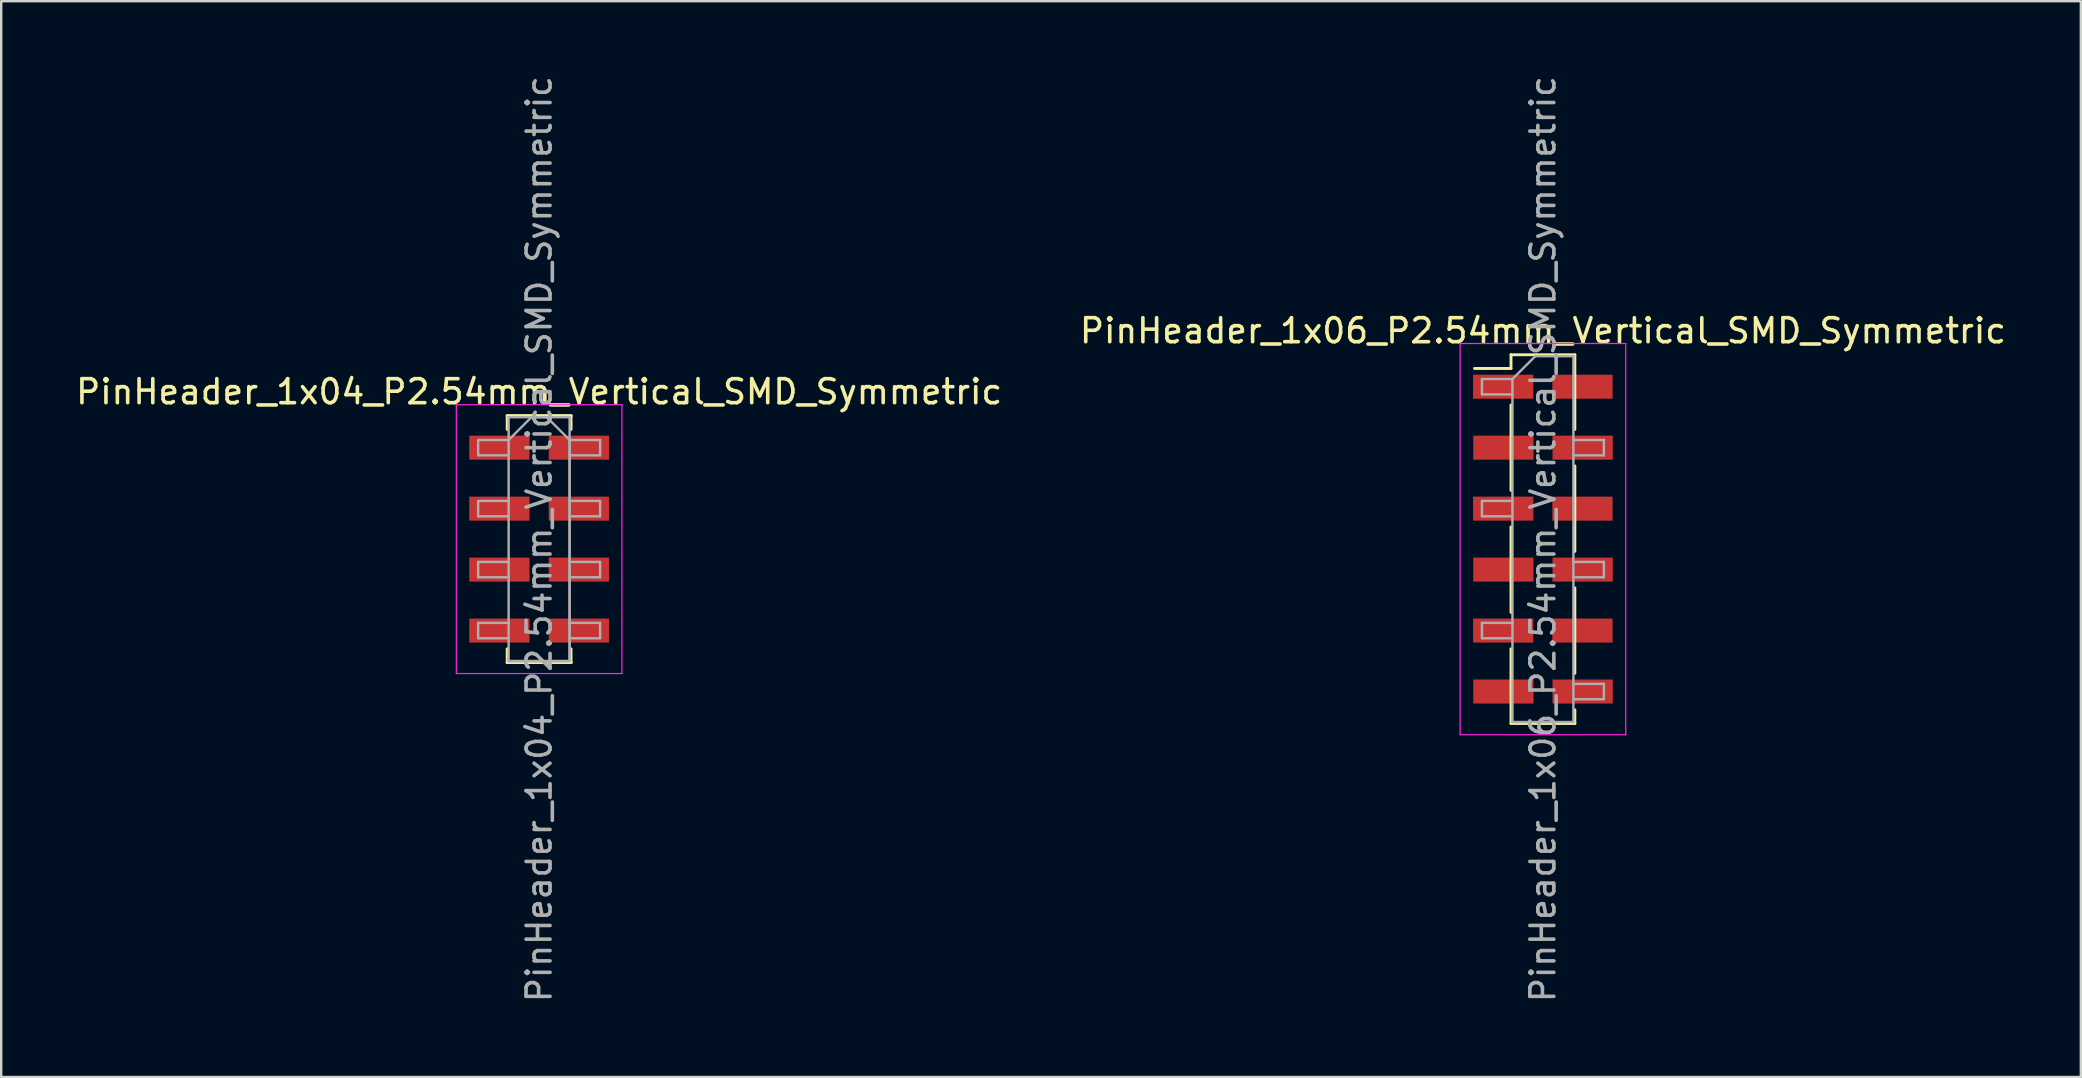
<source format=kicad_pcb>
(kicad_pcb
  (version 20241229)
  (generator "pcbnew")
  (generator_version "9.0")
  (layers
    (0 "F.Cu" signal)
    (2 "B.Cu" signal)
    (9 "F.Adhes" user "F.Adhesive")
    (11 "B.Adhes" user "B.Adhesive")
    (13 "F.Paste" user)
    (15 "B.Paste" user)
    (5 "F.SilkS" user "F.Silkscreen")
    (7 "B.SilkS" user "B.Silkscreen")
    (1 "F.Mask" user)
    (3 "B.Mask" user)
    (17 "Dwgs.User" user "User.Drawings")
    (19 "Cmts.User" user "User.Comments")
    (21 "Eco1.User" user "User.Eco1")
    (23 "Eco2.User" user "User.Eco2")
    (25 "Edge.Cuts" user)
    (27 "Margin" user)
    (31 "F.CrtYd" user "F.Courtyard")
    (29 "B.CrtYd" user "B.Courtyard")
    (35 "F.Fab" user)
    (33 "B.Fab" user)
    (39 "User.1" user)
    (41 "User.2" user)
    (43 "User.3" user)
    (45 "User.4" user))
  (footprint "PinHeader_1x04_P2.54mm_Vertical_SMD_Symmetric"
    (layer "F.Cu")
    (at 19.411 19.411)
    (property "Reference" "PinHeader_1x04_P2.54mm_Vertical_SMD_Symmetric" (at 0 -6.14 0) (layer "F.SilkS") (effects (font (size 1 1) (thickness 0.15))))
    (attr smd)
    (fp_line (start -1.33 -5.14) (end -1.33 -4.57) (stroke (width 0.12) (type solid)) (layer "F.SilkS"))
    (fp_line (start -1.33 -5.14) (end 1.33 -5.14) (stroke (width 0.12) (type solid)) (layer "F.SilkS"))
    (fp_line (start -1.33 -5.14) (end 1.33 -5.14) (stroke (width 0.12) (type solid)) (layer "F.SilkS"))
    (fp_line (start -1.33 4.57) (end -1.33 5.14) (stroke (width 0.12) (type solid)) (layer "F.SilkS"))
    (fp_line (start -1.33 5.14) (end 1.33 5.14) (stroke (width 0.12) (type solid)) (layer "F.SilkS"))
    (fp_line (start -1.33 5.14) (end 1.33 5.14) (stroke (width 0.12) (type solid)) (layer "F.SilkS"))
    (fp_line (start 1.33 -5.14) (end 1.33 -4.57) (stroke (width 0.12) (type solid)) (layer "F.SilkS"))
    (fp_line (start 1.33 4.57) (end 1.33 5.14) (stroke (width 0.12) (type solid)) (layer "F.SilkS"))
    (fp_line (start -3.45 -5.6) (end -3.45 5.6) (stroke (width 0.05) (type solid)) (layer "F.CrtYd"))
    (fp_line (start -3.45 5.6) (end 3.45 5.6) (stroke (width 0.05) (type solid)) (layer "F.CrtYd"))
    (fp_line (start 3.45 -5.6) (end -3.45 -5.6) (stroke (width 0.05) (type solid)) (layer "F.CrtYd"))
    (fp_line (start 3.45 5.6) (end 3.45 -5.6) (stroke (width 0.05) (type solid)) (layer "F.CrtYd"))
    (fp_line (start -2.54 -4.13) (end -2.54 -3.49) (stroke (width 0.1) (type solid)) (layer "F.Fab"))
    (fp_line (start -2.54 -3.49) (end -1.27 -3.49) (stroke (width 0.1) (type solid)) (layer "F.Fab"))
    (fp_line (start -2.54 -1.59) (end -2.54 -0.95) (stroke (width 0.1) (type solid)) (layer "F.Fab"))
    (fp_line (start -2.54 -0.95) (end -1.27 -0.95) (stroke (width 0.1) (type solid)) (layer "F.Fab"))
    (fp_line (start -2.54 0.95) (end -2.54 1.59) (stroke (width 0.1) (type solid)) (layer "F.Fab"))
    (fp_line (start -2.54 1.59) (end -1.27 1.59) (stroke (width 0.1) (type solid)) (layer "F.Fab"))
    (fp_line (start -2.54 3.49) (end -2.54 4.13) (stroke (width 0.1) (type solid)) (layer "F.Fab"))
    (fp_line (start -2.54 4.13) (end -1.27 4.13) (stroke (width 0.1) (type solid)) (layer "F.Fab"))
    (fp_line (start -1.27 -5.08) (end -1.27 5.08) (stroke (width 0.1) (type solid)) (layer "F.Fab"))
    (fp_line (start -1.27 -5.08) (end 0.32 -5.08) (stroke (width 0.1) (type solid)) (layer "F.Fab"))
    (fp_line (start -1.27 -4.13) (end -2.54 -4.13) (stroke (width 0.1) (type solid)) (layer "F.Fab"))
    (fp_line (start -1.27 -4.13) (end -0.32 -5.08) (stroke (width 0.1) (type solid)) (layer "F.Fab"))
    (fp_line (start -1.27 -1.59) (end -2.54 -1.59) (stroke (width 0.1) (type solid)) (layer "F.Fab"))
    (fp_line (start -1.27 0.95) (end -2.54 0.95) (stroke (width 0.1) (type solid)) (layer "F.Fab"))
    (fp_line (start -1.27 3.49) (end -2.54 3.49) (stroke (width 0.1) (type solid)) (layer "F.Fab"))
    (fp_line (start -0.32 -5.08) (end 1.27 -5.08) (stroke (width 0.1) (type solid)) (layer "F.Fab"))
    (fp_line (start 1.27 -5.08) (end 1.27 5.08) (stroke (width 0.1) (type solid)) (layer "F.Fab"))
    (fp_line (start 1.27 -4.13) (end 0.32 -5.08) (stroke (width 0.1) (type solid)) (layer "F.Fab"))
    (fp_line (start 1.27 -4.13) (end 2.54 -4.13) (stroke (width 0.1) (type solid)) (layer "F.Fab"))
    (fp_line (start 1.27 -1.59) (end 2.54 -1.59) (stroke (width 0.1) (type solid)) (layer "F.Fab"))
    (fp_line (start 1.27 0.95) (end 2.54 0.95) (stroke (width 0.1) (type solid)) (layer "F.Fab"))
    (fp_line (start 1.27 3.49) (end 2.54 3.49) (stroke (width 0.1) (type solid)) (layer "F.Fab"))
    (fp_line (start 1.27 5.08) (end -1.27 5.08) (stroke (width 0.1) (type solid)) (layer "F.Fab"))
    (fp_line (start 1.27 5.08) (end -1.27 5.08) (stroke (width 0.1) (type solid)) (layer "F.Fab"))
    (fp_line (start 1.27 5.08) (end 1.27 -4.13) (stroke (width 0.1) (type solid)) (layer "F.Fab"))
    (fp_line (start 2.54 -4.13) (end 2.54 -3.49) (stroke (width 0.1) (type solid)) (layer "F.Fab"))
    (fp_line (start 2.54 -3.49) (end 1.27 -3.49) (stroke (width 0.1) (type solid)) (layer "F.Fab"))
    (fp_line (start 2.54 -1.59) (end 2.54 -0.95) (stroke (width 0.1) (type solid)) (layer "F.Fab"))
    (fp_line (start 2.54 -0.95) (end 1.27 -0.95) (stroke (width 0.1) (type solid)) (layer "F.Fab"))
    (fp_line (start 2.54 0.95) (end 2.54 1.59) (stroke (width 0.1) (type solid)) (layer "F.Fab"))
    (fp_line (start 2.54 1.59) (end 1.27 1.59) (stroke (width 0.1) (type solid)) (layer "F.Fab"))
    (fp_line (start 2.54 3.49) (end 2.54 4.13) (stroke (width 0.1) (type solid)) (layer "F.Fab"))
    (fp_line (start 2.54 4.13) (end 1.27 4.13) (stroke (width 0.1) (type solid)) (layer "F.Fab"))
    (fp_text user "${REFERENCE}" (at 0 0 90) (layer "F.Fab") (effects (font (size 1 1) (thickness 0.15))))
    (pad "1" smd rect (at -1.655 -3.81) (size 2.51 1) (layers "F.Cu" "F.Mask" "F.Paste"))
    (pad "1" smd rect (at 1.655 -3.81) (size 2.51 1) (layers "F.Cu" "F.Mask" "F.Paste"))
    (pad "2" smd rect (at -1.655 -1.27) (size 2.51 1) (layers "F.Cu" "F.Mask" "F.Paste"))
    (pad "2" smd rect (at 1.655 -1.27) (size 2.51 1) (layers "F.Cu" "F.Mask" "F.Paste"))
    (pad "3" smd rect (at -1.655 1.27) (size 2.51 1) (layers "F.Cu" "F.Mask" "F.Paste"))
    (pad "3" smd rect (at 1.655 1.27) (size 2.51 1) (layers "F.Cu" "F.Mask" "F.Paste"))
    (pad "4" smd rect (at -1.655 3.81) (size 2.51 1) (layers "F.Cu" "F.Mask" "F.Paste"))
    (pad "4" smd rect (at 1.655 3.81) (size 2.51 1) (layers "F.Cu" "F.Mask" "F.Paste")))
  (footprint "PinHeader_1x06_P2.54mm_Vertical_SMD_Symmetric"
    (layer "F.Cu")
    (at 61.232 19.411)
    (property "Reference" "PinHeader_1x06_P2.54mm_Vertical_SMD_Symmetric" (at 0 -8.68 0) (layer "F.SilkS") (effects (font (size 1 1) (thickness 0.15))))
    (attr smd)
    (fp_line (start -1.33 -7.68) (end -1.33 -7.11) (stroke (width 0.12) (type solid)) (layer "F.SilkS"))
    (fp_line (start -1.33 -7.68) (end 1.33 -7.68) (stroke (width 0.12) (type solid)) (layer "F.SilkS"))
    (fp_line (start -1.33 -7.11) (end -2.85 -7.11) (stroke (width 0.12) (type solid)) (layer "F.SilkS"))
    (fp_line (start -1.33 -5.59) (end -1.33 -2.03) (stroke (width 0.12) (type solid)) (layer "F.SilkS"))
    (fp_line (start -1.33 -0.51) (end -1.33 3.05) (stroke (width 0.12) (type solid)) (layer "F.SilkS"))
    (fp_line (start -1.33 4.57) (end -1.33 7.68) (stroke (width 0.12) (type solid)) (layer "F.SilkS"))
    (fp_line (start -1.33 7.68) (end 1.33 7.68) (stroke (width 0.12) (type solid)) (layer "F.SilkS"))
    (fp_line (start 1.33 -7.68) (end 1.33 -4.57) (stroke (width 0.12) (type solid)) (layer "F.SilkS"))
    (fp_line (start 1.33 -3.05) (end 1.33 0.51) (stroke (width 0.12) (type solid)) (layer "F.SilkS"))
    (fp_line (start 1.33 2.03) (end 1.33 5.59) (stroke (width 0.12) (type solid)) (layer "F.SilkS"))
    (fp_line (start 1.33 7.11) (end 1.33 7.68) (stroke (width 0.12) (type solid)) (layer "F.SilkS"))
    (fp_line (start -3.45 -8.15) (end -3.45 8.15) (stroke (width 0.05) (type solid)) (layer "F.CrtYd"))
    (fp_line (start -3.45 8.15) (end 3.45 8.15) (stroke (width 0.05) (type solid)) (layer "F.CrtYd"))
    (fp_line (start 3.45 -8.15) (end -3.45 -8.15) (stroke (width 0.05) (type solid)) (layer "F.CrtYd"))
    (fp_line (start 3.45 8.15) (end 3.45 -8.15) (stroke (width 0.05) (type solid)) (layer "F.CrtYd"))
    (fp_line (start -2.54 -6.67) (end -2.54 -6.03) (stroke (width 0.1) (type solid)) (layer "F.Fab"))
    (fp_line (start -2.54 -6.03) (end -1.27 -6.03) (stroke (width 0.1) (type solid)) (layer "F.Fab"))
    (fp_line (start -2.54 -1.59) (end -2.54 -0.95) (stroke (width 0.1) (type solid)) (layer "F.Fab"))
    (fp_line (start -2.54 -0.95) (end -1.27 -0.95) (stroke (width 0.1) (type solid)) (layer "F.Fab"))
    (fp_line (start -2.54 3.49) (end -2.54 4.13) (stroke (width 0.1) (type solid)) (layer "F.Fab"))
    (fp_line (start -2.54 4.13) (end -1.27 4.13) (stroke (width 0.1) (type solid)) (layer "F.Fab"))
    (fp_line (start -1.27 -6.67) (end -2.54 -6.67) (stroke (width 0.1) (type solid)) (layer "F.Fab"))
    (fp_line (start -1.27 -6.67) (end -0.32 -7.62) (stroke (width 0.1) (type solid)) (layer "F.Fab"))
    (fp_line (start -1.27 -1.59) (end -2.54 -1.59) (stroke (width 0.1) (type solid)) (layer "F.Fab"))
    (fp_line (start -1.27 3.49) (end -2.54 3.49) (stroke (width 0.1) (type solid)) (layer "F.Fab"))
    (fp_line (start -1.27 7.62) (end -1.27 -6.67) (stroke (width 0.1) (type solid)) (layer "F.Fab"))
    (fp_line (start -0.32 -7.62) (end 1.27 -7.62) (stroke (width 0.1) (type solid)) (layer "F.Fab"))
    (fp_line (start 1.27 -7.62) (end 1.27 7.62) (stroke (width 0.1) (type solid)) (layer "F.Fab"))
    (fp_line (start 1.27 -4.13) (end 2.54 -4.13) (stroke (width 0.1) (type solid)) (layer "F.Fab"))
    (fp_line (start 1.27 0.95) (end 2.54 0.95) (stroke (width 0.1) (type solid)) (layer "F.Fab"))
    (fp_line (start 1.27 6.03) (end 2.54 6.03) (stroke (width 0.1) (type solid)) (layer "F.Fab"))
    (fp_line (start 1.27 7.62) (end -1.27 7.62) (stroke (width 0.1) (type solid)) (layer "F.Fab"))
    (fp_line (start 2.54 -4.13) (end 2.54 -3.49) (stroke (width 0.1) (type solid)) (layer "F.Fab"))
    (fp_line (start 2.54 -3.49) (end 1.27 -3.49) (stroke (width 0.1) (type solid)) (layer "F.Fab"))
    (fp_line (start 2.54 0.95) (end 2.54 1.59) (stroke (width 0.1) (type solid)) (layer "F.Fab"))
    (fp_line (start 2.54 1.59) (end 1.27 1.59) (stroke (width 0.1) (type solid)) (layer "F.Fab"))
    (fp_line (start 2.54 6.03) (end 2.54 6.67) (stroke (width 0.1) (type solid)) (layer "F.Fab"))
    (fp_line (start 2.54 6.67) (end 1.27 6.67) (stroke (width 0.1) (type solid)) (layer "F.Fab"))
    (fp_text user "${REFERENCE}" (at 0 0 90) (layer "F.Fab") (effects (font (size 1 1) (thickness 0.15))))
    (pad "1" smd rect (at -1.655 -6.35) (size 2.51 1) (layers "F.Cu" "F.Mask" "F.Paste"))
    (pad "1" smd rect (at 1.647 -6.35) (size 2.51 1) (layers "F.Cu" "F.Mask" "F.Paste"))
    (pad "2" smd rect (at -1.647 -3.81) (size 2.51 1) (layers "F.Cu" "F.Mask" "F.Paste"))
    (pad "2" smd rect (at 1.655 -3.81) (size 2.51 1) (layers "F.Cu" "F.Mask" "F.Paste"))
    (pad "3" smd rect (at -1.655 -1.27) (size 2.51 1) (layers "F.Cu" "F.Mask" "F.Paste"))
    (pad "3" smd rect (at 1.647 -1.27) (size 2.51 1) (layers "F.Cu" "F.Mask" "F.Paste"))
    (pad "4" smd rect (at -1.647 1.27) (size 2.51 1) (layers "F.Cu" "F.Mask" "F.Paste"))
    (pad "4" smd rect (at 1.655 1.27) (size 2.51 1) (layers "F.Cu" "F.Mask" "F.Paste"))
    (pad "5" smd rect (at -1.655 3.81) (size 2.51 1) (layers "F.Cu" "F.Mask" "F.Paste"))
    (pad "5" smd rect (at 1.647 3.81) (size 2.51 1) (layers "F.Cu" "F.Mask" "F.Paste"))
    (pad "6" smd rect (at -1.647 6.35) (size 2.51 1) (layers "F.Cu" "F.Mask" "F.Paste"))
    (pad "6" smd rect (at 1.655 6.35) (size 2.51 1) (layers "F.Cu" "F.Mask" "F.Paste")))
  (gr_rect
    (start -3 -3)
    (end 83.643 41.821)
    (stroke (width 0.1) (type default))
    (fill no)
    (layer "Edge.Cuts")))
</source>
